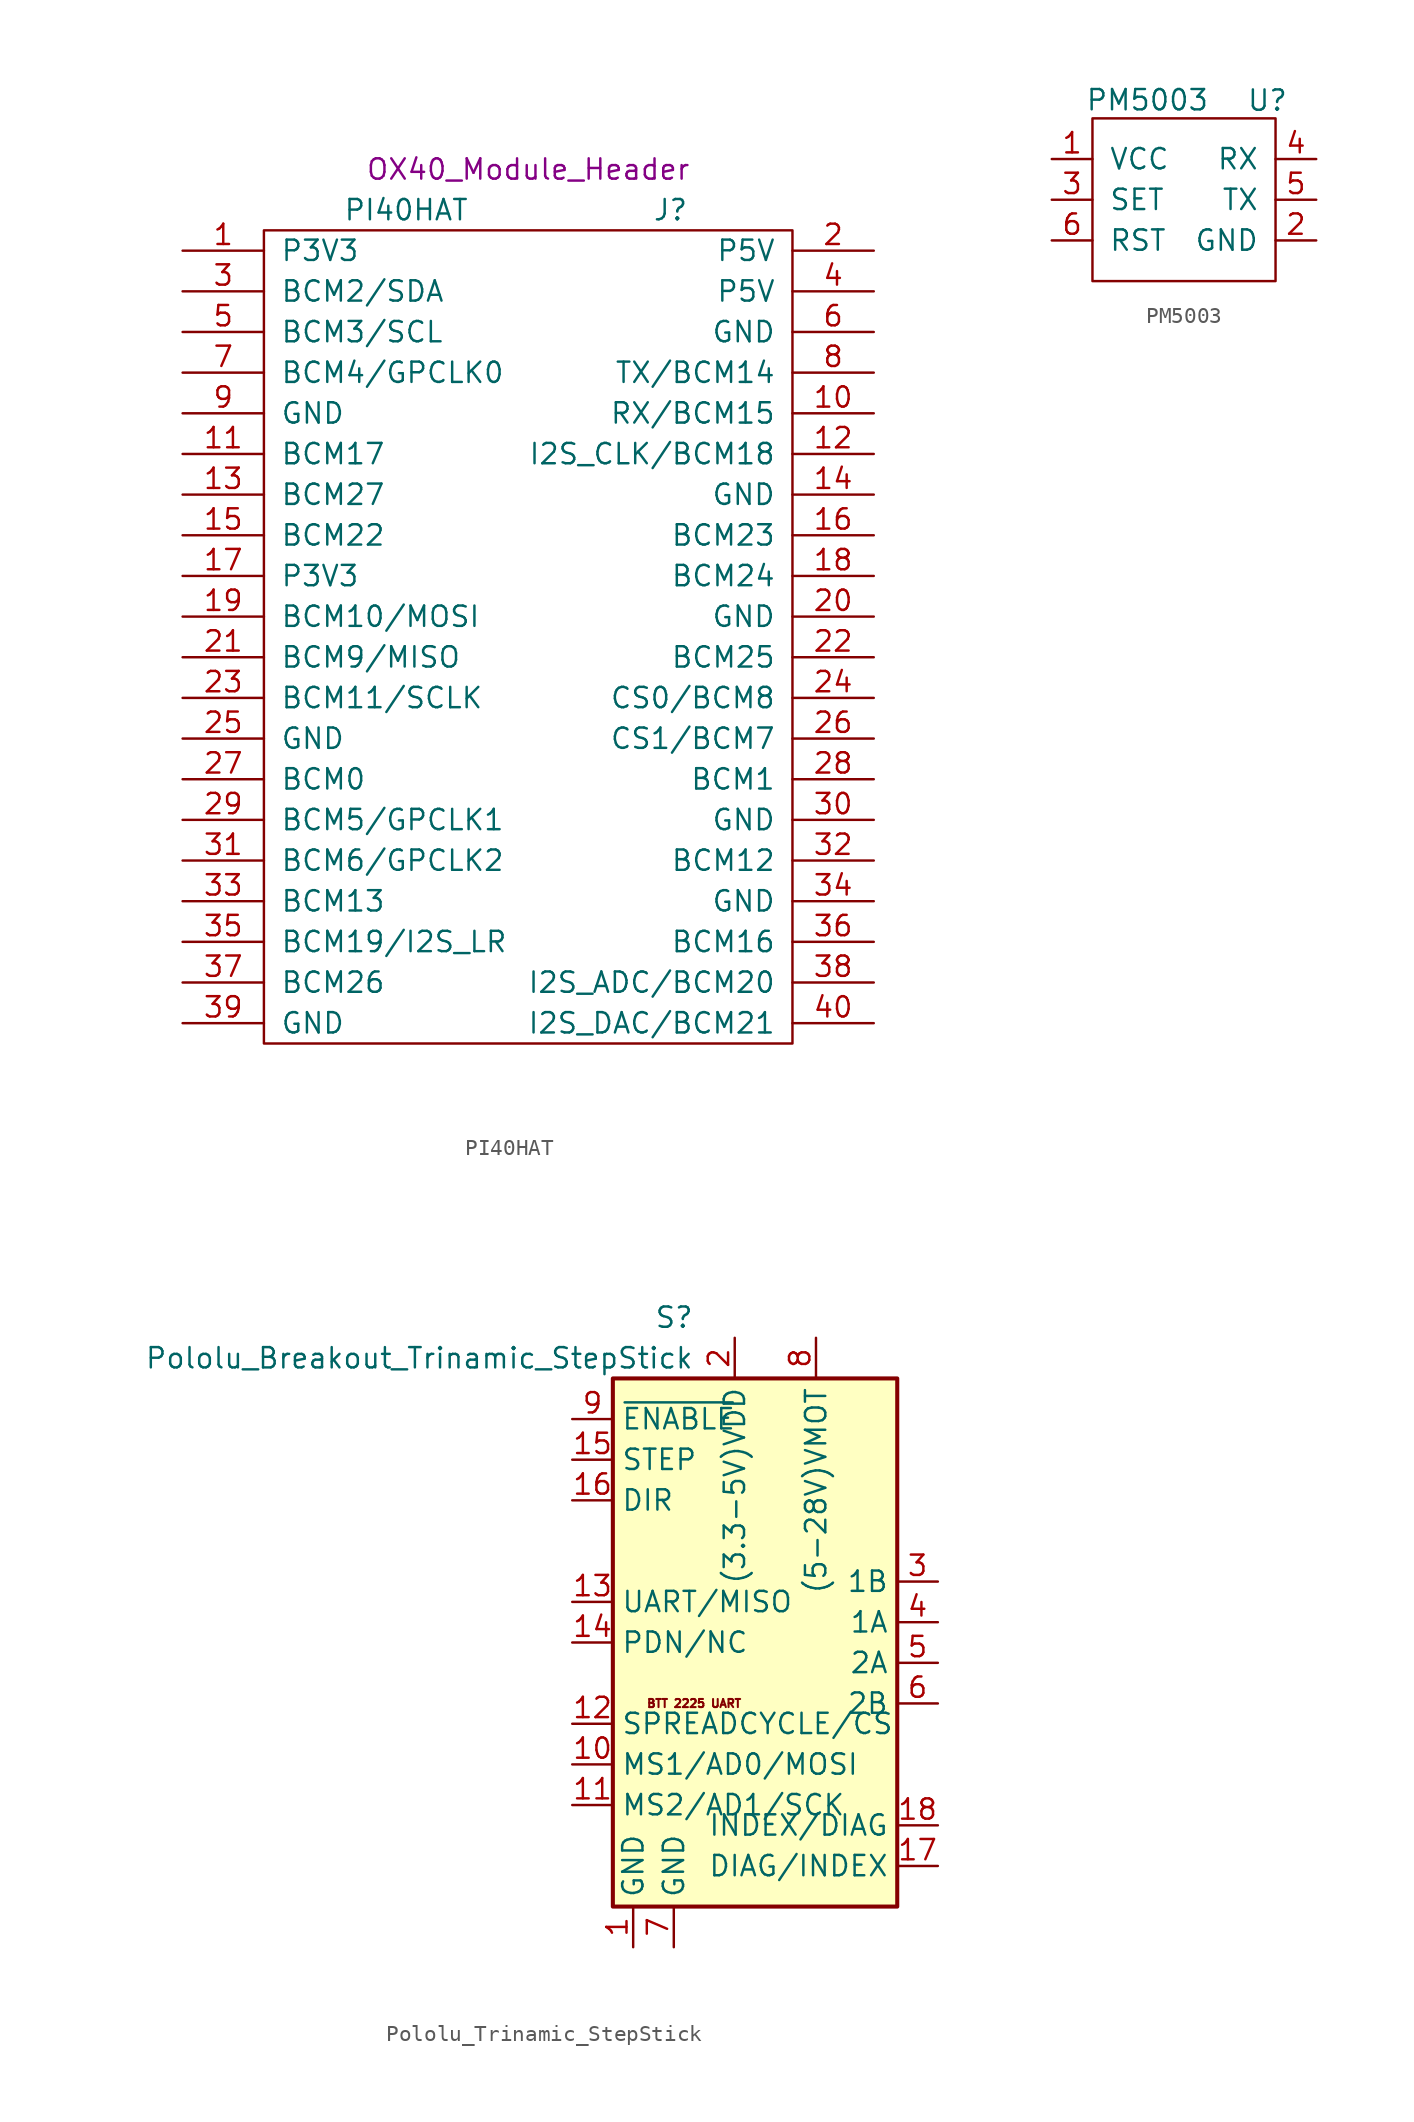
<source format=kicad_sym>
(kicad_symbol_lib
  (version 20231120)
  (generator "kicad_symbol_editor")
  (generator_version "8.0")
  (symbol "PI40HAT"
    (pin_names
      (offset 1.016))
    (property "Reference" "J"
      (at 8.89 2.54 0)
      (effects (font (size 1.27 1.27))))
    (property "Value" "PI40HAT"
      (at -7.62 2.54 0)
      (effects (font (size 1.27 1.27))))
    (property "Footprint" "OX40_Module_Header"
      (at 0 5.08 0)
      (effects (font (size 1.27 1.27))))
    (property "Datasheet" ""
      (at -24.13 0 0)
      (effects (font (size 1.27 1.27))))
    (symbol "PI40HAT_0_1"
      (rectangle (start -16.51 1.27) (end 16.51 -49.53) (stroke (width 0) (type solid)) (fill (type none))))
    (symbol "PI40HAT_1_1"
      (pin power_out line (at -21.59 0 0) (length 5.08) (name "P3V3" (effects (font (size 1.27 1.27)))) (number "1" (effects (font (size 1.27 1.27)))))
      (pin bidirectional line (at 21.59 -10.16 180) (length 5.08) (name "RX/BCM15" (effects (font (size 1.27 1.27)))) (number "10" (effects (font (size 1.27 1.27)))))
      (pin bidirectional line (at -21.59 -12.7 0) (length 5.08) (name "BCM17" (effects (font (size 1.27 1.27)))) (number "11" (effects (font (size 1.27 1.27)))))
      (pin bidirectional line (at 21.59 -12.7 180) (length 5.08) (name "I2S_CLK/BCM18" (effects (font (size 1.27 1.27)))) (number "12" (effects (font (size 1.27 1.27)))))
      (pin bidirectional line (at -21.59 -15.24 0) (length 5.08) (name "BCM27" (effects (font (size 1.27 1.27)))) (number "13" (effects (font (size 1.27 1.27)))))
      (pin power_in line (at 21.59 -15.24 180) (length 5.08) (name "GND" (effects (font (size 1.27 1.27)))) (number "14" (effects (font (size 1.27 1.27)))))
      (pin bidirectional line (at -21.59 -17.78 0) (length 5.08) (name "BCM22" (effects (font (size 1.27 1.27)))) (number "15" (effects (font (size 1.27 1.27)))))
      (pin bidirectional line (at 21.59 -17.78 180) (length 5.08) (name "BCM23" (effects (font (size 1.27 1.27)))) (number "16" (effects (font (size 1.27 1.27)))))
      (pin passive line (at -21.59 -20.32 0) (length 5.08) (name "P3V3" (effects (font (size 1.27 1.27)))) (number "17" (effects (font (size 1.27 1.27)))))
      (pin bidirectional line (at 21.59 -20.32 180) (length 5.08) (name "BCM24" (effects (font (size 1.27 1.27)))) (number "18" (effects (font (size 1.27 1.27)))))
      (pin bidirectional line (at -21.59 -22.86 0) (length 5.08) (name "BCM10/MOSI" (effects (font (size 1.27 1.27)))) (number "19" (effects (font (size 1.27 1.27)))))
      (pin power_out line (at 21.59 0 180) (length 5.08) (name "P5V" (effects (font (size 1.27 1.27)))) (number "2" (effects (font (size 1.27 1.27)))))
      (pin power_in line (at 21.59 -22.86 180) (length 5.08) (name "GND" (effects (font (size 1.27 1.27)))) (number "20" (effects (font (size 1.27 1.27)))))
      (pin bidirectional line (at -21.59 -25.4 0) (length 5.08) (name "BCM9/MISO" (effects (font (size 1.27 1.27)))) (number "21" (effects (font (size 1.27 1.27)))))
      (pin bidirectional line (at 21.59 -25.4 180) (length 5.08) (name "BCM25" (effects (font (size 1.27 1.27)))) (number "22" (effects (font (size 1.27 1.27)))))
      (pin bidirectional line (at -21.59 -27.94 0) (length 5.08) (name "BCM11/SCLK" (effects (font (size 1.27 1.27)))) (number "23" (effects (font (size 1.27 1.27)))))
      (pin bidirectional line (at 21.59 -27.94 180) (length 5.08) (name "CS0/BCM8" (effects (font (size 1.27 1.27)))) (number "24" (effects (font (size 1.27 1.27)))))
      (pin power_in line (at -21.59 -30.48 0) (length 5.08) (name "GND" (effects (font (size 1.27 1.27)))) (number "25" (effects (font (size 1.27 1.27)))))
      (pin bidirectional line (at 21.59 -30.48 180) (length 5.08) (name "CS1/BCM7" (effects (font (size 1.27 1.27)))) (number "26" (effects (font (size 1.27 1.27)))))
      (pin bidirectional line (at -21.59 -33.02 0) (length 5.08) (name "BCM0" (effects (font (size 1.27 1.27)))) (number "27" (effects (font (size 1.27 1.27)))))
      (pin bidirectional line (at 21.59 -33.02 180) (length 5.08) (name "BCM1" (effects (font (size 1.27 1.27)))) (number "28" (effects (font (size 1.27 1.27)))))
      (pin bidirectional line (at -21.59 -35.56 0) (length 5.08) (name "BCM5/GPCLK1" (effects (font (size 1.27 1.27)))) (number "29" (effects (font (size 1.27 1.27)))))
      (pin bidirectional line (at -21.59 -2.54 0) (length 5.08) (name "BCM2/SDA" (effects (font (size 1.27 1.27)))) (number "3" (effects (font (size 1.27 1.27)))))
      (pin power_in line (at 21.59 -35.56 180) (length 5.08) (name "GND" (effects (font (size 1.27 1.27)))) (number "30" (effects (font (size 1.27 1.27)))))
      (pin bidirectional line (at -21.59 -38.1 0) (length 5.08) (name "BCM6/GPCLK2" (effects (font (size 1.27 1.27)))) (number "31" (effects (font (size 1.27 1.27)))))
      (pin bidirectional line (at 21.59 -38.1 180) (length 5.08) (name "BCM12" (effects (font (size 1.27 1.27)))) (number "32" (effects (font (size 1.27 1.27)))))
      (pin bidirectional line (at -21.59 -40.64 0) (length 5.08) (name "BCM13" (effects (font (size 1.27 1.27)))) (number "33" (effects (font (size 1.27 1.27)))))
      (pin power_in line (at 21.59 -40.64 180) (length 5.08) (name "GND" (effects (font (size 1.27 1.27)))) (number "34" (effects (font (size 1.27 1.27)))))
      (pin bidirectional line (at -21.59 -43.18 0) (length 5.08) (name "BCM19/I2S_LR" (effects (font (size 1.27 1.27)))) (number "35" (effects (font (size 1.27 1.27)))))
      (pin bidirectional line (at 21.59 -43.18 180) (length 5.08) (name "BCM16" (effects (font (size 1.27 1.27)))) (number "36" (effects (font (size 1.27 1.27)))))
      (pin bidirectional line (at -21.59 -45.72 0) (length 5.08) (name "BCM26" (effects (font (size 1.27 1.27)))) (number "37" (effects (font (size 1.27 1.27)))))
      (pin bidirectional line (at 21.59 -45.72 180) (length 5.08) (name "I2S_ADC/BCM20" (effects (font (size 1.27 1.27)))) (number "38" (effects (font (size 1.27 1.27)))))
      (pin power_in line (at -21.59 -48.26 0) (length 5.08) (name "GND" (effects (font (size 1.27 1.27)))) (number "39" (effects (font (size 1.27 1.27)))))
      (pin passive line (at 21.59 -2.54 180) (length 5.08) (name "P5V" (effects (font (size 1.27 1.27)))) (number "4" (effects (font (size 1.27 1.27)))))
      (pin bidirectional line (at 21.59 -48.26 180) (length 5.08) (name "I2S_DAC/BCM21" (effects (font (size 1.27 1.27)))) (number "40" (effects (font (size 1.27 1.27)))))
      (pin bidirectional line (at -21.59 -5.08 0) (length 5.08) (name "BCM3/SCL" (effects (font (size 1.27 1.27)))) (number "5" (effects (font (size 1.27 1.27)))))
      (pin power_in line (at 21.59 -5.08 180) (length 5.08) (name "GND" (effects (font (size 1.27 1.27)))) (number "6" (effects (font (size 1.27 1.27)))))
      (pin bidirectional line (at -21.59 -7.62 0) (length 5.08) (name "BCM4/GPCLK0" (effects (font (size 1.27 1.27)))) (number "7" (effects (font (size 1.27 1.27)))))
      (pin bidirectional line (at 21.59 -7.62 180) (length 5.08) (name "TX/BCM14" (effects (font (size 1.27 1.27)))) (number "8" (effects (font (size 1.27 1.27)))))
      (pin power_in line (at -21.59 -10.16 0) (length 5.08) (name "GND" (effects (font (size 1.27 1.27)))) (number "9" (effects (font (size 1.27 1.27)))))))
  (symbol "PM5003"
    (pin_names
      (offset 1.016))
    (property "Reference" "U"
      (at 4.572 6.198 0)
      (effects (font (size 1.27 1.27))))
    (property "Value" "PM5003"
      (at -2.921 6.223 0)
      (effects (font (size 1.27 1.27))))
    (symbol "PM5003_0_1"
      (rectangle (start -6.35 5.08) (end 5.08 -5.08) (stroke (width 0) (type default)) (fill (type none))))
    (symbol "PM5003_1_1"
      (pin power_in line (at -8.89 2.54 0) (length 2.54) (name "VCC" (effects (font (size 1.27 1.27)))) (number "1" (effects (font (size 1.27 1.27)))))
      (pin power_in line (at 7.62 -2.54 180) (length 2.54) (name "GND" (effects (font (size 1.27 1.27)))) (number "2" (effects (font (size 1.27 1.27)))))
      (pin unspecified line (at -8.89 0 0) (length 2.54) (name "SET" (effects (font (size 1.27 1.27)))) (number "3" (effects (font (size 1.27 1.27)))))
      (pin unspecified line (at 7.62 2.54 180) (length 2.54) (name "RX" (effects (font (size 1.27 1.27)))) (number "4" (effects (font (size 1.27 1.27)))))
      (pin unspecified line (at 7.62 0 180) (length 2.54) (name "TX" (effects (font (size 1.27 1.27)))) (number "5" (effects (font (size 1.27 1.27)))))
      (pin unspecified line (at -8.89 -2.54 0) (length 2.54) (name "RST" (effects (font (size 1.27 1.27)))) (number "6" (effects (font (size 1.27 1.27)))))
      (pin no_connect line (at -8.89 -5.08 0) (length 2.54) hide (name "NC" (effects (font (size 1.27 1.27)))) (number "7" (effects (font (size 1.27 1.27)))))
      (pin no_connect line (at 7.62 -5.08 180) (length 2.54) hide (name "NC" (effects (font (size 1.27 1.27)))) (number "8" (effects (font (size 1.27 1.27)))))))
  (symbol "Pololu_Trinamic_StepStick"
    (property "Reference" "S"
      (at -2.54 19.05 0)
      (effects (font (size 1.27 1.27)) (justify right)))
    (property "Value" "Pololu_Breakout_Trinamic_StepStick"
      (at -2.54 16.51 0)
      (effects (font (size 1.27 1.27)) (justify right)))
    (symbol "Pololu_Trinamic_StepStick_0_1"
      (rectangle (start -7.62 15.24) (end 10.16 -17.78) (stroke (width 0.254) (type default)) (fill (type background))))
    (symbol "Pololu_Trinamic_StepStick_1_1"
      (text "BTT 2225 UART" (at -2.54 -5.08 0) (effects (font (size 0.508 0.508))))
      (pin power_in line (at -6.35 -20.32 90) (length 2.54) (name "GND" (effects (font (size 1.27 1.27)))) (number "1" (effects (font (size 1.27 1.27)))))
      (pin input line (at -10.16 -8.89 0) (length 2.54) (name "MS1/AD0/MOSI" (effects (font (size 1.27 1.27)))) (number "10" (effects (font (size 1.27 1.27)))))
      (pin input line (at -10.16 -11.43 0) (length 2.54) (name "MS2/AD1/SCK" (effects (font (size 1.27 1.27)))) (number "11" (effects (font (size 1.27 1.27)))))
      (pin input line (at -10.16 -6.35 0) (length 2.54) (name "SPREADCYCLE/CS" (effects (font (size 1.27 1.27)))) (number "12" (effects (font (size 1.27 1.27)))))
      (pin input line (at -10.16 1.27 0) (length 2.54) (name "UART/MISO" (effects (font (size 1.27 1.27)))) (number "13" (effects (font (size 1.27 1.27)))))
      (pin input line (at -10.16 -1.27 0) (length 2.54) (name "PDN/NC" (effects (font (size 1.27 1.27)))) (number "14" (effects (font (size 1.27 1.27)))))
      (pin input line (at -10.16 10.16 0) (length 2.54) (name "STEP" (effects (font (size 1.27 1.27)))) (number "15" (effects (font (size 1.27 1.27)))))
      (pin input line (at -10.16 7.62 0) (length 2.54) (name "DIR" (effects (font (size 1.27 1.27)))) (number "16" (effects (font (size 1.27 1.27)))))
      (pin output line (at 12.7 -15.24 180) (length 2.54) (name "DIAG/INDEX" (effects (font (size 1.27 1.27)))) (number "17" (effects (font (size 1.27 1.27)))))
      (pin output line (at 12.7 -12.7 180) (length 2.54) (name "INDEX/DIAG" (effects (font (size 1.27 1.27)))) (number "18" (effects (font (size 1.27 1.27)))))
      (pin power_in line (at 0 17.78 270) (length 2.54) (name "(3.3-5V)VDD" (effects (font (size 1.27 1.27)))) (number "2" (effects (font (size 1.27 1.27)))))
      (pin output line (at 12.7 2.54 180) (length 2.54) (name "1B" (effects (font (size 1.27 1.27)))) (number "3" (effects (font (size 1.27 1.27)))))
      (pin output line (at 12.7 0 180) (length 2.54) (name "1A" (effects (font (size 1.27 1.27)))) (number "4" (effects (font (size 1.27 1.27)))))
      (pin output line (at 12.7 -2.54 180) (length 2.54) (name "2A" (effects (font (size 1.27 1.27)))) (number "5" (effects (font (size 1.27 1.27)))))
      (pin output line (at 12.7 -5.08 180) (length 2.54) (name "2B" (effects (font (size 1.27 1.27)))) (number "6" (effects (font (size 1.27 1.27)))))
      (pin power_in line (at -3.81 -20.32 90) (length 2.54) (name "GND" (effects (font (size 1.27 1.27)))) (number "7" (effects (font (size 1.27 1.27)))))
      (pin power_in line (at 5.08 17.78 270) (length 2.54) (name "(5-28V)VMOT" (effects (font (size 1.27 1.27)))) (number "8" (effects (font (size 1.27 1.27)))))
      (pin input line (at -10.16 12.7 0) (length 2.54) (name "~{ENABLE}" (effects (font (size 1.27 1.27)))) (number "9" (effects (font (size 1.27 1.27))))))))
</source>
